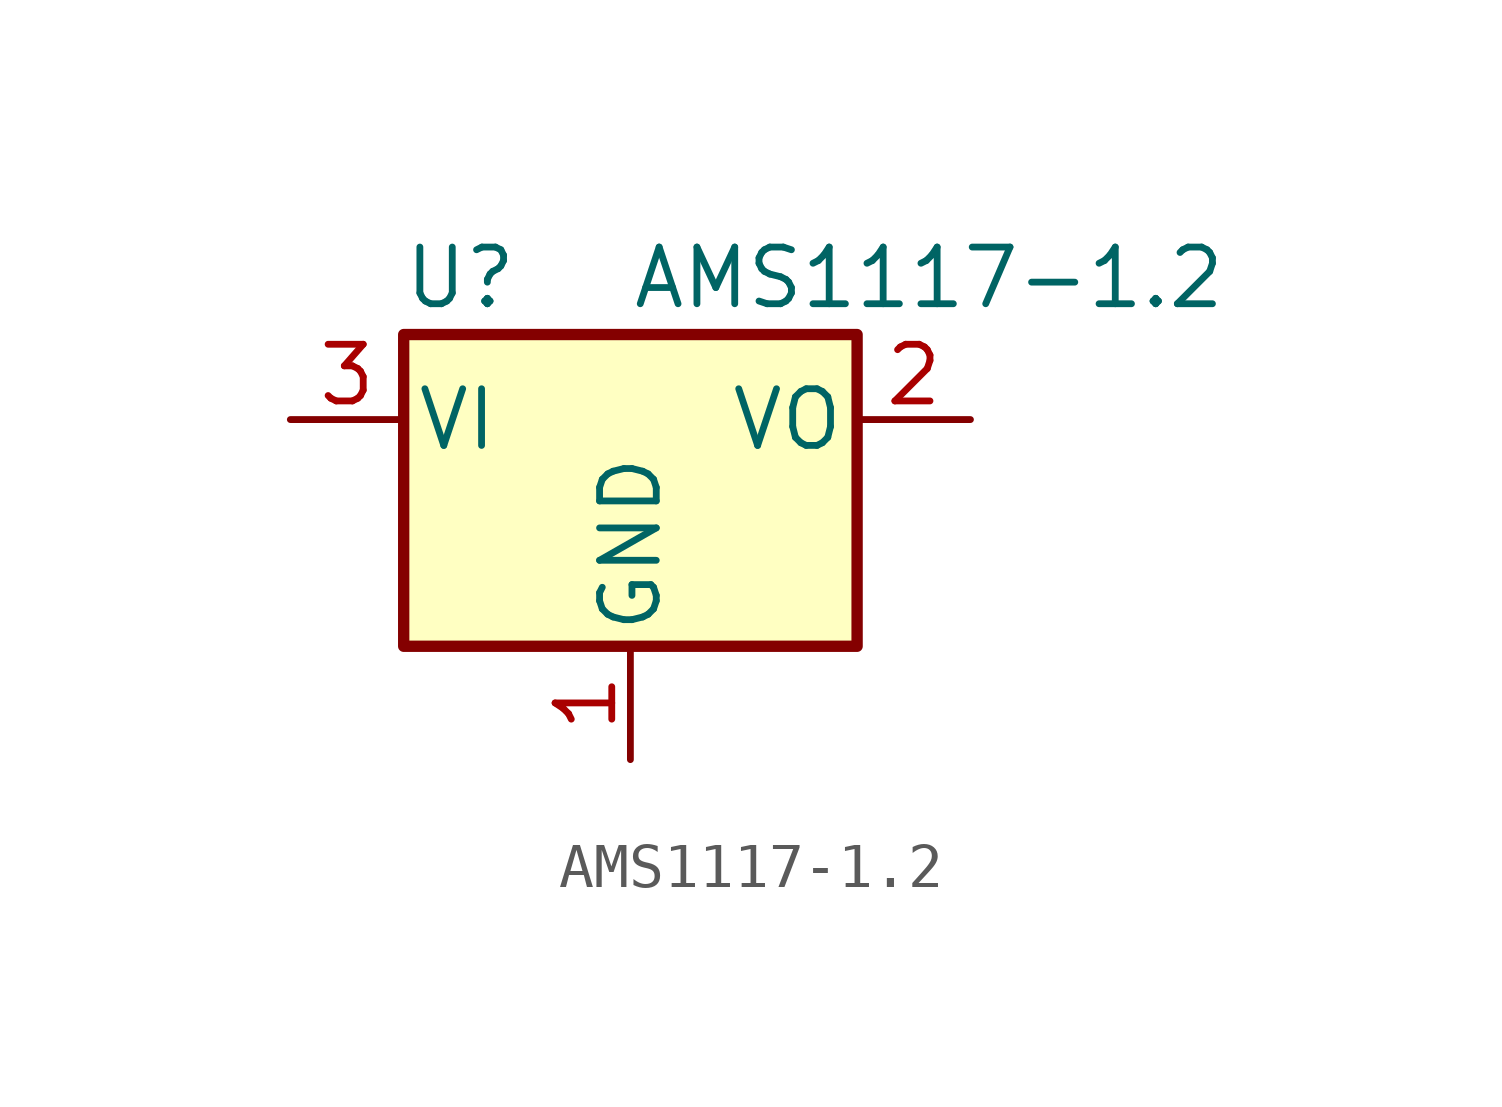
<source format=kicad_sym>
(kicad_symbol_lib
  (version 20211014)
  (generator kicad_symbol_editor)
  (symbol "AMS1117-1.2"
    (pin_names
      (offset 0.254))
    (property "Reference" "U"
      (at -3.81 3.175 0)
      (effects (font (size 1.27 1.27))))
    (property "Value" "AMS1117-1.2"
      (at 0 3.175 0)
      (effects (font (size 1.27 1.27)) (justify left)))
    (symbol "AMS1117-1.2_0_1"
      (rectangle (start -5.08 -5.08) (end 5.08 1.905) (stroke (width 0.254) (type default) (color 0 0 0 0)) (fill (type background))))
    (symbol "AMS1117-1.2_1_1"
      (pin power_in line (at 0 -7.62 90) (length 2.54) (name "GND" (effects (font (size 1.27 1.27)))) (number "1" (effects (font (size 1.27 1.27)))))
      (pin power_out line (at 7.62 0 180) (length 2.54) (name "VO" (effects (font (size 1.27 1.27)))) (number "2" (effects (font (size 1.27 1.27)))))
      (pin power_in line (at -7.62 0 0) (length 2.54) (name "VI" (effects (font (size 1.27 1.27)))) (number "3" (effects (font (size 1.27 1.27))))))))
</source>
